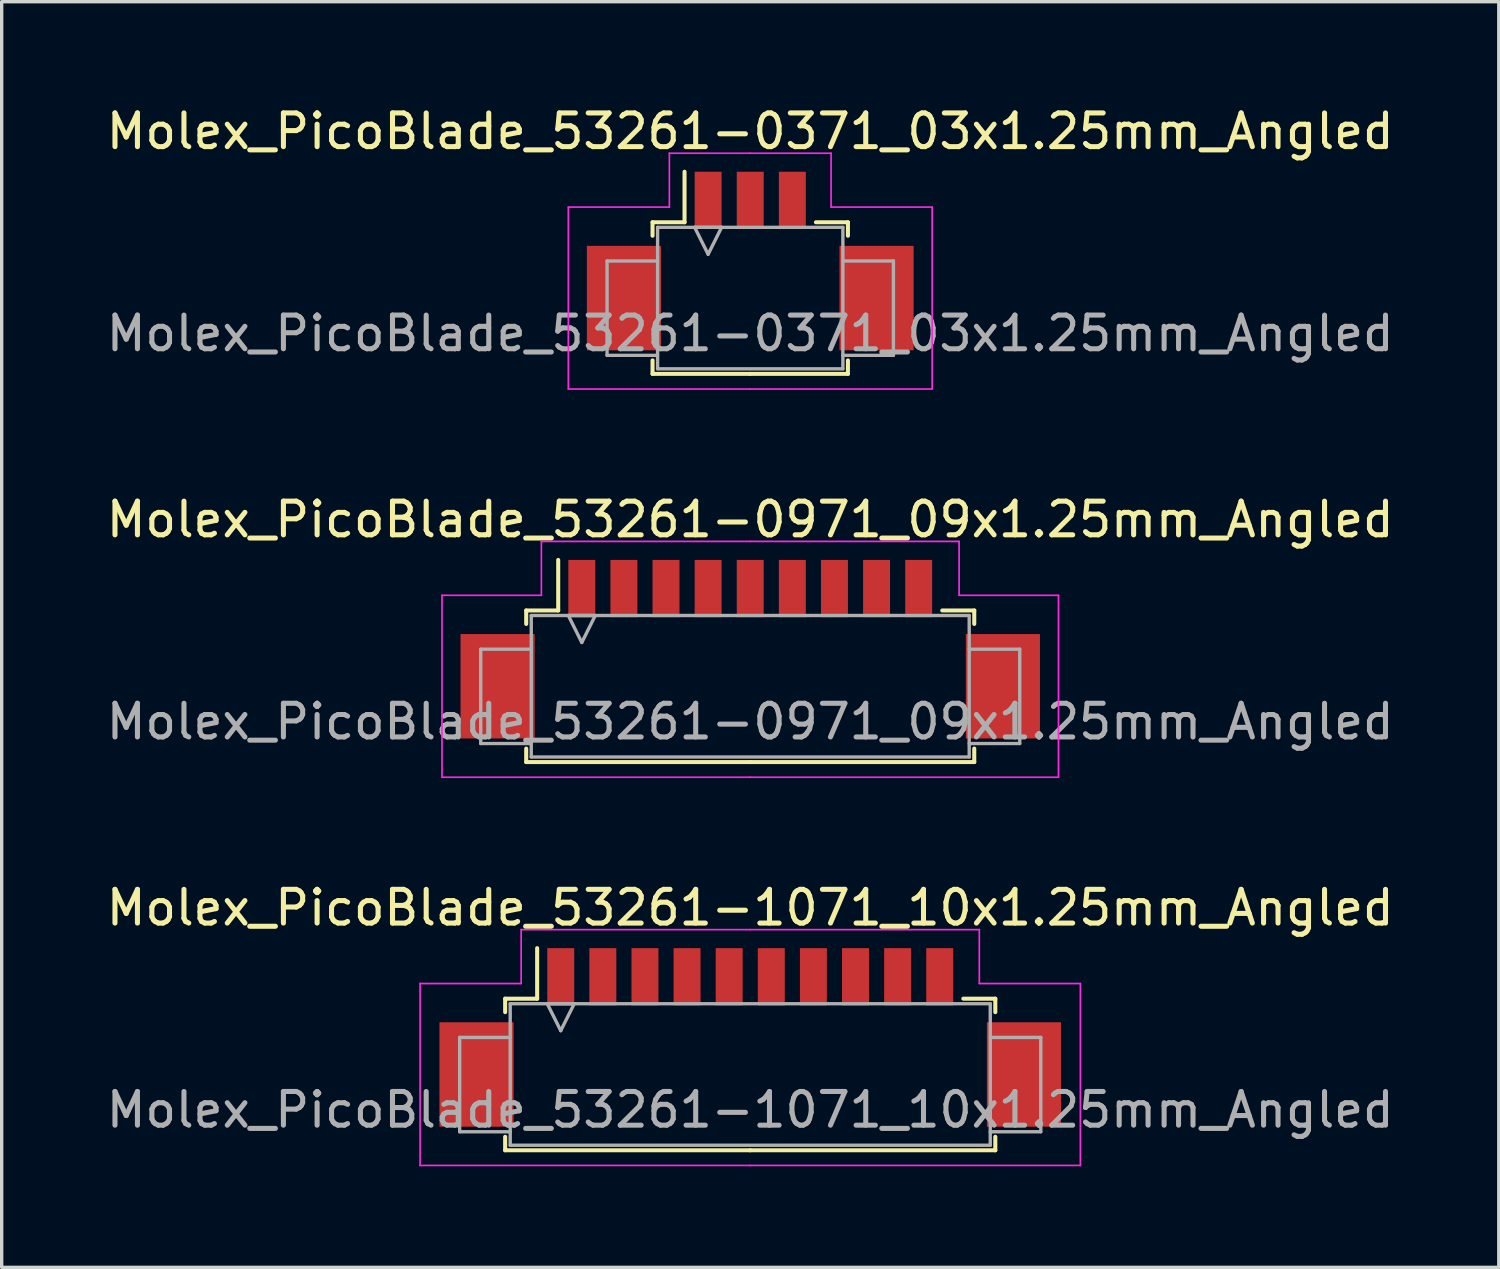
<source format=kicad_pcb>
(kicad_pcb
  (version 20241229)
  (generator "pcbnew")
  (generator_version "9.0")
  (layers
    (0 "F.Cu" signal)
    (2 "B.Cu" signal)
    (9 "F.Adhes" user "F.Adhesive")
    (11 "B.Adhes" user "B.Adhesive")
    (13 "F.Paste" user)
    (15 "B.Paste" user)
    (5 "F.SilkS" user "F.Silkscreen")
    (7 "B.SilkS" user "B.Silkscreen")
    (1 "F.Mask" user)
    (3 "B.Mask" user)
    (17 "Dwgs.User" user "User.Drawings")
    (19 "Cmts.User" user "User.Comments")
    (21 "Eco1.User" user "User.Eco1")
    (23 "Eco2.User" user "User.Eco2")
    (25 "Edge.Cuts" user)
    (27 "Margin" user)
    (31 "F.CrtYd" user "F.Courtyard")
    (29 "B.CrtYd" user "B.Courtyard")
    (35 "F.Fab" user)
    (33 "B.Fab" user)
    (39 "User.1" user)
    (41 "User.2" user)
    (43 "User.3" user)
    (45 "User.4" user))
  (footprint "Molex_PicoBlade_53261-0971_09x1.25mm_Angled"
    (layer "F.Cu")
    (at 19.22 15.871)
    (property "Reference" "Molex_PicoBlade_53261-0971_09x1.25mm_Angled" (at 0 -3.5 0) (layer "F.SilkS") (effects (font (size 1 1) (thickness 0.15))))
    (attr smd)
    (fp_line (start -6.65 -0.8) (end -6.65 -0.4) (stroke (width 0.12) (type solid)) (layer "F.SilkS"))
    (fp_line (start -6.65 3.3) (end -6.65 3.7) (stroke (width 0.12) (type solid)) (layer "F.SilkS"))
    (fp_line (start -6.65 3.7) (end 0 3.7) (stroke (width 0.12) (type solid)) (layer "F.SilkS"))
    (fp_line (start -5.7 -0.8) (end -6.65 -0.8) (stroke (width 0.12) (type solid)) (layer "F.SilkS"))
    (fp_line (start -5.7 -0.8) (end -5.7 -2.3) (stroke (width 0.12) (type solid)) (layer "F.SilkS"))
    (fp_line (start 5.7 -0.8) (end 6.65 -0.8) (stroke (width 0.12) (type solid)) (layer "F.SilkS"))
    (fp_line (start 6.65 -0.8) (end 6.65 -0.4) (stroke (width 0.12) (type solid)) (layer "F.SilkS"))
    (fp_line (start 6.65 3.3) (end 6.65 3.7) (stroke (width 0.12) (type solid)) (layer "F.SilkS"))
    (fp_line (start 6.65 3.7) (end 0 3.7) (stroke (width 0.12) (type solid)) (layer "F.SilkS"))
    (fp_line (start -9.15 -1.25) (end -9.15 4.15) (stroke (width 0.05) (type solid)) (layer "F.CrtYd"))
    (fp_line (start -9.15 4.15) (end 0 4.15) (stroke (width 0.05) (type solid)) (layer "F.CrtYd"))
    (fp_line (start -6.2 -2.85) (end -6.2 -1.25) (stroke (width 0.05) (type solid)) (layer "F.CrtYd"))
    (fp_line (start -6.2 -1.25) (end -9.15 -1.25) (stroke (width 0.05) (type solid)) (layer "F.CrtYd"))
    (fp_line (start 0 -2.85) (end -6.2 -2.85) (stroke (width 0.05) (type solid)) (layer "F.CrtYd"))
    (fp_line (start 0 -2.85) (end 6.2 -2.85) (stroke (width 0.05) (type solid)) (layer "F.CrtYd"))
    (fp_line (start 6.2 -2.85) (end 6.2 -1.25) (stroke (width 0.05) (type solid)) (layer "F.CrtYd"))
    (fp_line (start 6.2 -1.25) (end 9.15 -1.25) (stroke (width 0.05) (type solid)) (layer "F.CrtYd"))
    (fp_line (start 9.15 -1.25) (end 9.15 4.15) (stroke (width 0.05) (type solid)) (layer "F.CrtYd"))
    (fp_line (start 9.15 4.15) (end 0 4.15) (stroke (width 0.05) (type solid)) (layer "F.CrtYd"))
    (fp_line (start -8 0.35) (end -8 3.15) (stroke (width 0.1) (type solid)) (layer "F.Fab"))
    (fp_line (start -8 3.15) (end -6.5 3.15) (stroke (width 0.1) (type solid)) (layer "F.Fab"))
    (fp_line (start -6.5 -0.65) (end 6.5 -0.65) (stroke (width 0.1) (type solid)) (layer "F.Fab"))
    (fp_line (start -6.5 0.35) (end -8 0.35) (stroke (width 0.1) (type solid)) (layer "F.Fab"))
    (fp_line (start -6.5 3.55) (end -6.5 -0.65) (stroke (width 0.1) (type solid)) (layer "F.Fab"))
    (fp_line (start -5.4 -0.65) (end -5 0.15) (stroke (width 0.1) (type solid)) (layer "F.Fab"))
    (fp_line (start -5 0.15) (end -4.6 -0.65) (stroke (width 0.1) (type solid)) (layer "F.Fab"))
    (fp_line (start -4.6 -0.65) (end -5.4 -0.65) (stroke (width 0.1) (type solid)) (layer "F.Fab"))
    (fp_line (start 6.5 -0.65) (end 6.5 3.55) (stroke (width 0.1) (type solid)) (layer "F.Fab"))
    (fp_line (start 6.5 0.35) (end 8 0.35) (stroke (width 0.1) (type solid)) (layer "F.Fab"))
    (fp_line (start 6.5 3.55) (end -6.5 3.55) (stroke (width 0.1) (type solid)) (layer "F.Fab"))
    (fp_line (start 8 0.35) (end 8 3.15) (stroke (width 0.1) (type solid)) (layer "F.Fab"))
    (fp_line (start 8 3.15) (end 6.5 3.15) (stroke (width 0.1) (type solid)) (layer "F.Fab"))
    (fp_text user "${REFERENCE}" (at 0 2.5 0) (layer "F.Fab") (effects (font (size 1 1) (thickness 0.15))))
    (pad "" smd rect (at -7.5 1.45) (size 2.2 3.1) (layers "F.Cu" "F.Mask" "F.Paste"))
    (pad "" smd rect (at 7.5 1.45) (size 2.2 3.1) (layers "F.Cu" "F.Mask" "F.Paste"))
    (pad "1" smd rect (at -5 -1.45) (size 0.8 1.7) (layers "F.Cu" "F.Mask" "F.Paste"))
    (pad "2" smd rect (at -3.75 -1.45) (size 0.8 1.7) (layers "F.Cu" "F.Mask" "F.Paste"))
    (pad "3" smd rect (at -2.5 -1.45) (size 0.8 1.7) (layers "F.Cu" "F.Mask" "F.Paste"))
    (pad "4" smd rect (at -1.25 -1.45) (size 0.8 1.7) (layers "F.Cu" "F.Mask" "F.Paste"))
    (pad "5" smd rect (at 0 -1.45) (size 0.8 1.7) (layers "F.Cu" "F.Mask" "F.Paste"))
    (pad "6" smd rect (at 1.25 -1.45) (size 0.8 1.7) (layers "F.Cu" "F.Mask" "F.Paste"))
    (pad "7" smd rect (at 2.5 -1.45) (size 0.8 1.7) (layers "F.Cu" "F.Mask" "F.Paste"))
    (pad "8" smd rect (at 3.75 -1.45) (size 0.8 1.7) (layers "F.Cu" "F.Mask" "F.Paste"))
    (pad "9" smd rect (at 5 -1.45) (size 0.8 1.7) (layers "F.Cu" "F.Mask" "F.Paste")))
  (footprint "Molex_PicoBlade_53261-0371_03x1.25mm_Angled"
    (layer "F.Cu")
    (at 19.22 4.348)
    (property "Reference" "Molex_PicoBlade_53261-0371_03x1.25mm_Angled" (at 0 -3.5 0) (layer "F.SilkS") (effects (font (size 1 1) (thickness 0.15))))
    (attr smd)
    (fp_line (start -2.9 -0.8) (end -2.9 -0.4) (stroke (width 0.12) (type solid)) (layer "F.SilkS"))
    (fp_line (start -2.9 3.3) (end -2.9 3.7) (stroke (width 0.12) (type solid)) (layer "F.SilkS"))
    (fp_line (start -2.9 3.7) (end 0 3.7) (stroke (width 0.12) (type solid)) (layer "F.SilkS"))
    (fp_line (start -1.95 -0.8) (end -2.9 -0.8) (stroke (width 0.12) (type solid)) (layer "F.SilkS"))
    (fp_line (start -1.95 -0.8) (end -1.95 -2.3) (stroke (width 0.12) (type solid)) (layer "F.SilkS"))
    (fp_line (start 1.95 -0.8) (end 2.9 -0.8) (stroke (width 0.12) (type solid)) (layer "F.SilkS"))
    (fp_line (start 2.9 -0.8) (end 2.9 -0.4) (stroke (width 0.12) (type solid)) (layer "F.SilkS"))
    (fp_line (start 2.9 3.3) (end 2.9 3.7) (stroke (width 0.12) (type solid)) (layer "F.SilkS"))
    (fp_line (start 2.9 3.7) (end 0 3.7) (stroke (width 0.12) (type solid)) (layer "F.SilkS"))
    (fp_line (start -5.4 -1.25) (end -5.4 4.15) (stroke (width 0.05) (type solid)) (layer "F.CrtYd"))
    (fp_line (start -5.4 4.15) (end 0 4.15) (stroke (width 0.05) (type solid)) (layer "F.CrtYd"))
    (fp_line (start -2.4 -2.85) (end -2.4 -1.25) (stroke (width 0.05) (type solid)) (layer "F.CrtYd"))
    (fp_line (start -2.4 -1.25) (end -5.4 -1.25) (stroke (width 0.05) (type solid)) (layer "F.CrtYd"))
    (fp_line (start 0 -2.85) (end -2.4 -2.85) (stroke (width 0.05) (type solid)) (layer "F.CrtYd"))
    (fp_line (start 0 -2.85) (end 2.4 -2.85) (stroke (width 0.05) (type solid)) (layer "F.CrtYd"))
    (fp_line (start 2.4 -2.85) (end 2.4 -1.25) (stroke (width 0.05) (type solid)) (layer "F.CrtYd"))
    (fp_line (start 2.4 -1.25) (end 5.4 -1.25) (stroke (width 0.05) (type solid)) (layer "F.CrtYd"))
    (fp_line (start 5.4 -1.25) (end 5.4 4.15) (stroke (width 0.05) (type solid)) (layer "F.CrtYd"))
    (fp_line (start 5.4 4.15) (end 0 4.15) (stroke (width 0.05) (type solid)) (layer "F.CrtYd"))
    (fp_line (start -4.25 0.35) (end -4.25 3.15) (stroke (width 0.1) (type solid)) (layer "F.Fab"))
    (fp_line (start -4.25 3.15) (end -2.75 3.15) (stroke (width 0.1) (type solid)) (layer "F.Fab"))
    (fp_line (start -2.75 -0.65) (end 2.75 -0.65) (stroke (width 0.1) (type solid)) (layer "F.Fab"))
    (fp_line (start -2.75 0.35) (end -4.25 0.35) (stroke (width 0.1) (type solid)) (layer "F.Fab"))
    (fp_line (start -2.75 3.55) (end -2.75 -0.65) (stroke (width 0.1) (type solid)) (layer "F.Fab"))
    (fp_line (start -1.65 -0.65) (end -1.25 0.15) (stroke (width 0.1) (type solid)) (layer "F.Fab"))
    (fp_line (start -1.25 0.15) (end -0.85 -0.65) (stroke (width 0.1) (type solid)) (layer "F.Fab"))
    (fp_line (start -0.85 -0.65) (end -1.65 -0.65) (stroke (width 0.1) (type solid)) (layer "F.Fab"))
    (fp_line (start 2.75 -0.65) (end 2.75 3.55) (stroke (width 0.1) (type solid)) (layer "F.Fab"))
    (fp_line (start 2.75 0.35) (end 4.25 0.35) (stroke (width 0.1) (type solid)) (layer "F.Fab"))
    (fp_line (start 2.75 3.55) (end -2.75 3.55) (stroke (width 0.1) (type solid)) (layer "F.Fab"))
    (fp_line (start 4.25 0.35) (end 4.25 3.15) (stroke (width 0.1) (type solid)) (layer "F.Fab"))
    (fp_line (start 4.25 3.15) (end 2.75 3.15) (stroke (width 0.1) (type solid)) (layer "F.Fab"))
    (fp_text user "${REFERENCE}" (at 0 2.5 0) (layer "F.Fab") (effects (font (size 1 1) (thickness 0.15))))
    (pad "" smd rect (at -3.75 1.45) (size 2.2 3.1) (layers "F.Cu" "F.Mask" "F.Paste"))
    (pad "" smd rect (at 3.75 1.45) (size 2.2 3.1) (layers "F.Cu" "F.Mask" "F.Paste"))
    (pad "1" smd rect (at -1.25 -1.45) (size 0.8 1.7) (layers "F.Cu" "F.Mask" "F.Paste"))
    (pad "2" smd rect (at 0 -1.45) (size 0.8 1.7) (layers "F.Cu" "F.Mask" "F.Paste"))
    (pad "3" smd rect (at 1.25 -1.45) (size 0.8 1.7) (layers "F.Cu" "F.Mask" "F.Paste")))
  (footprint "Molex_PicoBlade_53261-1071_10x1.25mm_Angled"
    (layer "F.Cu")
    (at 19.22 27.395)
    (property "Reference" "Molex_PicoBlade_53261-1071_10x1.25mm_Angled" (at 0 -3.5 0) (layer "F.SilkS") (effects (font (size 1 1) (thickness 0.15))))
    (attr smd)
    (fp_line (start -7.275 -0.8) (end -7.275 -0.4) (stroke (width 0.12) (type solid)) (layer "F.SilkS"))
    (fp_line (start -7.275 3.3) (end -7.275 3.7) (stroke (width 0.12) (type solid)) (layer "F.SilkS"))
    (fp_line (start -7.275 3.7) (end 0 3.7) (stroke (width 0.12) (type solid)) (layer "F.SilkS"))
    (fp_line (start -6.325 -0.8) (end -7.275 -0.8) (stroke (width 0.12) (type solid)) (layer "F.SilkS"))
    (fp_line (start -6.325 -0.8) (end -6.325 -2.3) (stroke (width 0.12) (type solid)) (layer "F.SilkS"))
    (fp_line (start 6.325 -0.8) (end 7.275 -0.8) (stroke (width 0.12) (type solid)) (layer "F.SilkS"))
    (fp_line (start 7.275 -0.8) (end 7.275 -0.4) (stroke (width 0.12) (type solid)) (layer "F.SilkS"))
    (fp_line (start 7.275 3.3) (end 7.275 3.7) (stroke (width 0.12) (type solid)) (layer "F.SilkS"))
    (fp_line (start 7.275 3.7) (end 0 3.7) (stroke (width 0.12) (type solid)) (layer "F.SilkS"))
    (fp_line (start -9.8 -1.25) (end -9.8 4.15) (stroke (width 0.05) (type solid)) (layer "F.CrtYd"))
    (fp_line (start -9.8 4.15) (end 0 4.15) (stroke (width 0.05) (type solid)) (layer "F.CrtYd"))
    (fp_line (start -6.8 -2.85) (end -6.8 -1.25) (stroke (width 0.05) (type solid)) (layer "F.CrtYd"))
    (fp_line (start -6.8 -1.25) (end -9.8 -1.25) (stroke (width 0.05) (type solid)) (layer "F.CrtYd"))
    (fp_line (start 0 -2.85) (end -6.8 -2.85) (stroke (width 0.05) (type solid)) (layer "F.CrtYd"))
    (fp_line (start 0 -2.85) (end 6.8 -2.85) (stroke (width 0.05) (type solid)) (layer "F.CrtYd"))
    (fp_line (start 6.8 -2.85) (end 6.8 -1.25) (stroke (width 0.05) (type solid)) (layer "F.CrtYd"))
    (fp_line (start 6.8 -1.25) (end 9.8 -1.25) (stroke (width 0.05) (type solid)) (layer "F.CrtYd"))
    (fp_line (start 9.8 -1.25) (end 9.8 4.15) (stroke (width 0.05) (type solid)) (layer "F.CrtYd"))
    (fp_line (start 9.8 4.15) (end 0 4.15) (stroke (width 0.05) (type solid)) (layer "F.CrtYd"))
    (fp_line (start -8.625 0.35) (end -8.625 3.15) (stroke (width 0.1) (type solid)) (layer "F.Fab"))
    (fp_line (start -8.625 3.15) (end -7.125 3.15) (stroke (width 0.1) (type solid)) (layer "F.Fab"))
    (fp_line (start -7.125 -0.65) (end 7.125 -0.65) (stroke (width 0.1) (type solid)) (layer "F.Fab"))
    (fp_line (start -7.125 0.35) (end -8.625 0.35) (stroke (width 0.1) (type solid)) (layer "F.Fab"))
    (fp_line (start -7.125 3.55) (end -7.125 -0.65) (stroke (width 0.1) (type solid)) (layer "F.Fab"))
    (fp_line (start -6.025 -0.65) (end -5.625 0.15) (stroke (width 0.1) (type solid)) (layer "F.Fab"))
    (fp_line (start -5.625 0.15) (end -5.225 -0.65) (stroke (width 0.1) (type solid)) (layer "F.Fab"))
    (fp_line (start -5.225 -0.65) (end -6.025 -0.65) (stroke (width 0.1) (type solid)) (layer "F.Fab"))
    (fp_line (start 7.125 -0.65) (end 7.125 3.55) (stroke (width 0.1) (type solid)) (layer "F.Fab"))
    (fp_line (start 7.125 0.35) (end 8.625 0.35) (stroke (width 0.1) (type solid)) (layer "F.Fab"))
    (fp_line (start 7.125 3.55) (end -7.125 3.55) (stroke (width 0.1) (type solid)) (layer "F.Fab"))
    (fp_line (start 8.625 0.35) (end 8.625 3.15) (stroke (width 0.1) (type solid)) (layer "F.Fab"))
    (fp_line (start 8.625 3.15) (end 7.125 3.15) (stroke (width 0.1) (type solid)) (layer "F.Fab"))
    (fp_text user "${REFERENCE}" (at 0 2.5 0) (layer "F.Fab") (effects (font (size 1 1) (thickness 0.15))))
    (pad "" smd rect (at -8.125 1.45) (size 2.2 3.1) (layers "F.Cu" "F.Mask" "F.Paste"))
    (pad "" smd rect (at 8.125 1.45) (size 2.2 3.1) (layers "F.Cu" "F.Mask" "F.Paste"))
    (pad "1" smd rect (at -5.625 -1.45) (size 0.8 1.7) (layers "F.Cu" "F.Mask" "F.Paste"))
    (pad "2" smd rect (at -4.375 -1.45) (size 0.8 1.7) (layers "F.Cu" "F.Mask" "F.Paste"))
    (pad "3" smd rect (at -3.125 -1.45) (size 0.8 1.7) (layers "F.Cu" "F.Mask" "F.Paste"))
    (pad "4" smd rect (at -1.875 -1.45) (size 0.8 1.7) (layers "F.Cu" "F.Mask" "F.Paste"))
    (pad "5" smd rect (at -0.625 -1.45) (size 0.8 1.7) (layers "F.Cu" "F.Mask" "F.Paste"))
    (pad "6" smd rect (at 0.625 -1.45) (size 0.8 1.7) (layers "F.Cu" "F.Mask" "F.Paste"))
    (pad "7" smd rect (at 1.875 -1.45) (size 0.8 1.7) (layers "F.Cu" "F.Mask" "F.Paste"))
    (pad "8" smd rect (at 3.125 -1.45) (size 0.8 1.7) (layers "F.Cu" "F.Mask" "F.Paste"))
    (pad "9" smd rect (at 4.375 -1.45) (size 0.8 1.7) (layers "F.Cu" "F.Mask" "F.Paste"))
    (pad "10" smd rect (at 5.625 -1.45) (size 0.8 1.7) (layers "F.Cu" "F.Mask" "F.Paste")))
  (gr_rect
    (start -3 -3)
    (end 41.44 34.57)
    (stroke (width 0.1) (type default))
    (fill no)
    (layer "Edge.Cuts")))
</source>
